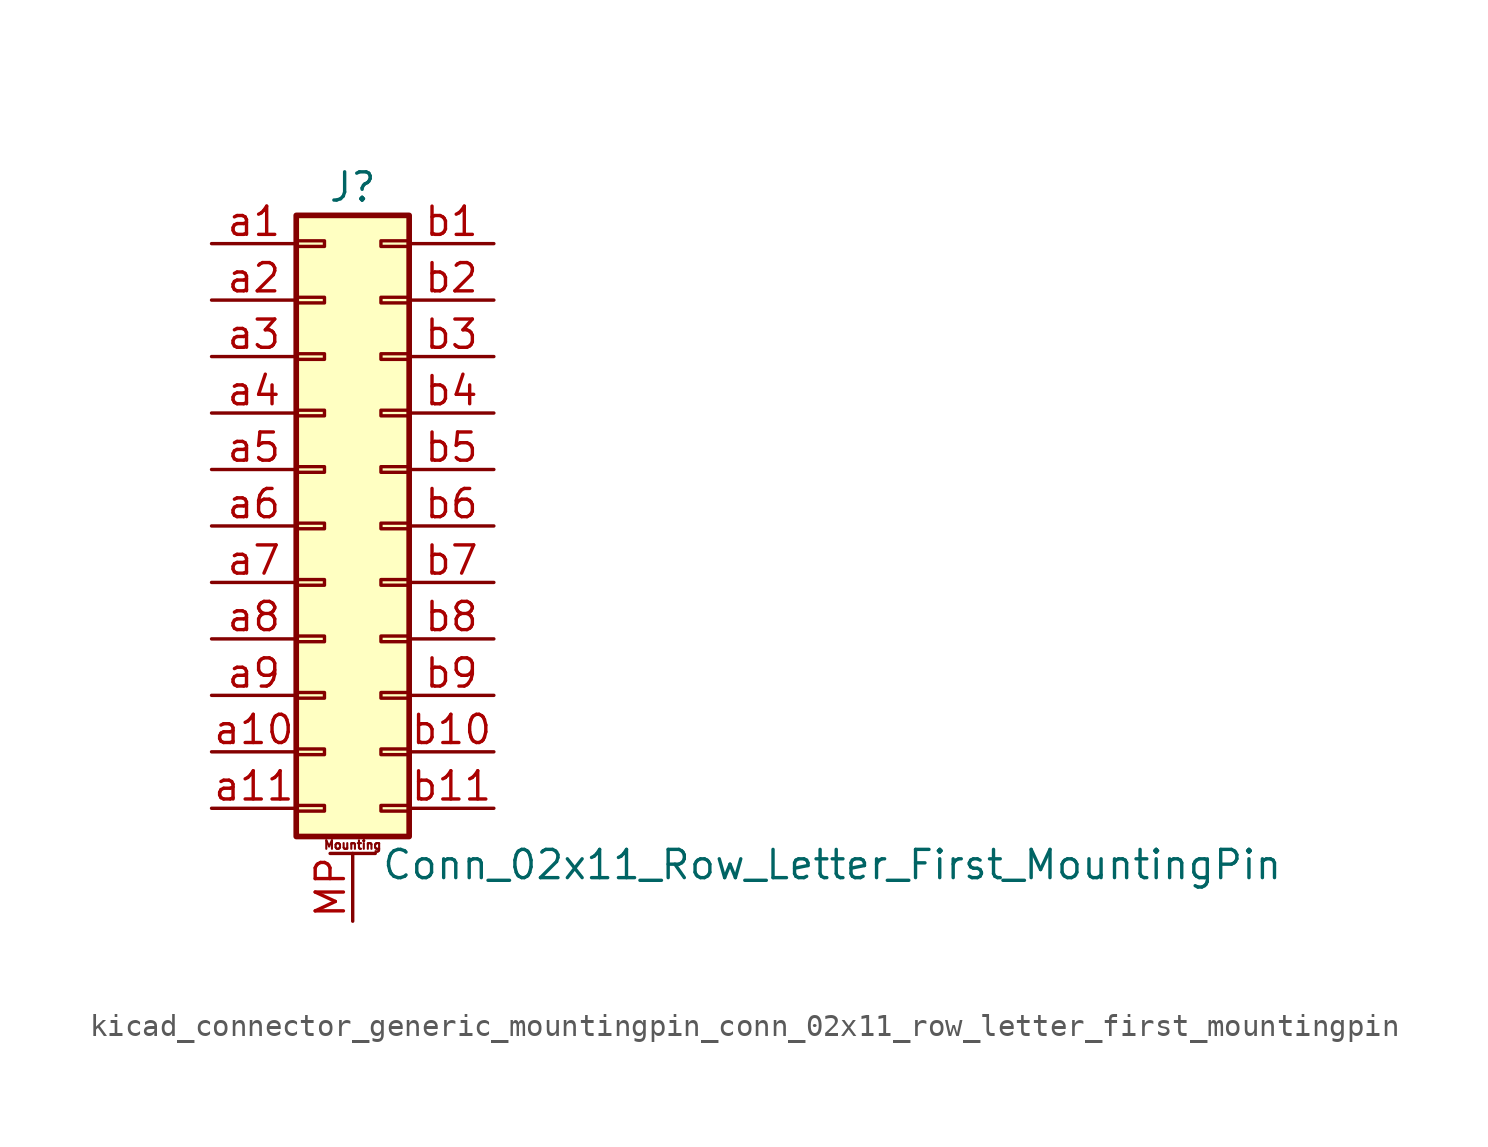
<source format=kicad_sym>
(kicad_symbol_lib
  (version 20220914)
  (generator kicad_symbol_editor)
  (symbol "kicad_connector_generic_mountingpin_conn_02x11_row_letter_first_mountingpin"
    (pin_names
      (offset 1.016) hide)
    (property "Reference" "J"
      (at 1.27 15.24 0)
      (effects (font (size 1.27 1.27))))
    (property "Value" "Conn_02x11_Row_Letter_First_MountingPin"
      (at 2.54 -15.24 0)
      (effects (font (size 1.27 1.27)) (justify left)))
    (symbol "kicad_connector_generic_mountingpin_conn_02x11_row_letter_first_mountingpin_1_1"
      (rectangle (start -1.27 -12.573) (end 0 -12.827) (stroke (width 0.152) (type default)) (fill (type none)))
      (rectangle (start -1.27 -10.033) (end 0 -10.287) (stroke (width 0.152) (type default)) (fill (type none)))
      (rectangle (start -1.27 -7.493) (end 0 -7.747) (stroke (width 0.152) (type default)) (fill (type none)))
      (rectangle (start -1.27 -4.953) (end 0 -5.207) (stroke (width 0.152) (type default)) (fill (type none)))
      (rectangle (start -1.27 -2.413) (end 0 -2.667) (stroke (width 0.152) (type default)) (fill (type none)))
      (rectangle (start -1.27 0.127) (end 0 -0.127) (stroke (width 0.152) (type default)) (fill (type none)))
      (rectangle (start -1.27 2.667) (end 0 2.413) (stroke (width 0.152) (type default)) (fill (type none)))
      (rectangle (start -1.27 5.207) (end 0 4.953) (stroke (width 0.152) (type default)) (fill (type none)))
      (rectangle (start -1.27 7.747) (end 0 7.493) (stroke (width 0.152) (type default)) (fill (type none)))
      (rectangle (start -1.27 10.287) (end 0 10.033) (stroke (width 0.152) (type default)) (fill (type none)))
      (rectangle (start -1.27 12.827) (end 0 12.573) (stroke (width 0.152) (type default)) (fill (type none)))
      (rectangle (start -1.27 13.97) (end 3.81 -13.97) (stroke (width 0.254) (type default)) (fill (type background)))
      (polyline (pts (xy 0.254 -14.732) (xy 2.286 -14.732)) (stroke (width 0.152) (type default)) (fill (type none)))
      (rectangle (start 3.81 -12.573) (end 2.54 -12.827) (stroke (width 0.152) (type default)) (fill (type none)))
      (rectangle (start 3.81 -10.033) (end 2.54 -10.287) (stroke (width 0.152) (type default)) (fill (type none)))
      (rectangle (start 3.81 -7.493) (end 2.54 -7.747) (stroke (width 0.152) (type default)) (fill (type none)))
      (rectangle (start 3.81 -4.953) (end 2.54 -5.207) (stroke (width 0.152) (type default)) (fill (type none)))
      (rectangle (start 3.81 -2.413) (end 2.54 -2.667) (stroke (width 0.152) (type default)) (fill (type none)))
      (rectangle (start 3.81 0.127) (end 2.54 -0.127) (stroke (width 0.152) (type default)) (fill (type none)))
      (rectangle (start 3.81 2.667) (end 2.54 2.413) (stroke (width 0.152) (type default)) (fill (type none)))
      (rectangle (start 3.81 5.207) (end 2.54 4.953) (stroke (width 0.152) (type default)) (fill (type none)))
      (rectangle (start 3.81 7.747) (end 2.54 7.493) (stroke (width 0.152) (type default)) (fill (type none)))
      (rectangle (start 3.81 10.287) (end 2.54 10.033) (stroke (width 0.152) (type default)) (fill (type none)))
      (rectangle (start 3.81 12.827) (end 2.54 12.573) (stroke (width 0.152) (type default)) (fill (type none)))
      (text "Mounting" (at 1.27 -14.351 0) (effects (font (size 0.381 0.381))))
      (pin passive line (at 1.27 -17.78 90) (length 3.048) (name "MountPin" (effects (font (size 1.27 1.27)))) (number "MP" (effects (font (size 1.27 1.27)))))
      (pin passive line (at -5.08 12.7 0) (length 3.81) (name "Pin_a1" (effects (font (size 1.27 1.27)))) (number "a1" (effects (font (size 1.27 1.27)))))
      (pin passive line (at -5.08 -10.16 0) (length 3.81) (name "Pin_a10" (effects (font (size 1.27 1.27)))) (number "a10" (effects (font (size 1.27 1.27)))))
      (pin passive line (at -5.08 -12.7 0) (length 3.81) (name "Pin_a11" (effects (font (size 1.27 1.27)))) (number "a11" (effects (font (size 1.27 1.27)))))
      (pin passive line (at -5.08 10.16 0) (length 3.81) (name "Pin_a2" (effects (font (size 1.27 1.27)))) (number "a2" (effects (font (size 1.27 1.27)))))
      (pin passive line (at -5.08 7.62 0) (length 3.81) (name "Pin_a3" (effects (font (size 1.27 1.27)))) (number "a3" (effects (font (size 1.27 1.27)))))
      (pin passive line (at -5.08 5.08 0) (length 3.81) (name "Pin_a4" (effects (font (size 1.27 1.27)))) (number "a4" (effects (font (size 1.27 1.27)))))
      (pin passive line (at -5.08 2.54 0) (length 3.81) (name "Pin_a5" (effects (font (size 1.27 1.27)))) (number "a5" (effects (font (size 1.27 1.27)))))
      (pin passive line (at -5.08 0 0) (length 3.81) (name "Pin_a6" (effects (font (size 1.27 1.27)))) (number "a6" (effects (font (size 1.27 1.27)))))
      (pin passive line (at -5.08 -2.54 0) (length 3.81) (name "Pin_a7" (effects (font (size 1.27 1.27)))) (number "a7" (effects (font (size 1.27 1.27)))))
      (pin passive line (at -5.08 -5.08 0) (length 3.81) (name "Pin_a8" (effects (font (size 1.27 1.27)))) (number "a8" (effects (font (size 1.27 1.27)))))
      (pin passive line (at -5.08 -7.62 0) (length 3.81) (name "Pin_a9" (effects (font (size 1.27 1.27)))) (number "a9" (effects (font (size 1.27 1.27)))))
      (pin passive line (at 7.62 12.7 180) (length 3.81) (name "Pin_b1" (effects (font (size 1.27 1.27)))) (number "b1" (effects (font (size 1.27 1.27)))))
      (pin passive line (at 7.62 -10.16 180) (length 3.81) (name "Pin_b10" (effects (font (size 1.27 1.27)))) (number "b10" (effects (font (size 1.27 1.27)))))
      (pin passive line (at 7.62 -12.7 180) (length 3.81) (name "Pin_b11" (effects (font (size 1.27 1.27)))) (number "b11" (effects (font (size 1.27 1.27)))))
      (pin passive line (at 7.62 10.16 180) (length 3.81) (name "Pin_b2" (effects (font (size 1.27 1.27)))) (number "b2" (effects (font (size 1.27 1.27)))))
      (pin passive line (at 7.62 7.62 180) (length 3.81) (name "Pin_b3" (effects (font (size 1.27 1.27)))) (number "b3" (effects (font (size 1.27 1.27)))))
      (pin passive line (at 7.62 5.08 180) (length 3.81) (name "Pin_b4" (effects (font (size 1.27 1.27)))) (number "b4" (effects (font (size 1.27 1.27)))))
      (pin passive line (at 7.62 2.54 180) (length 3.81) (name "Pin_b5" (effects (font (size 1.27 1.27)))) (number "b5" (effects (font (size 1.27 1.27)))))
      (pin passive line (at 7.62 0 180) (length 3.81) (name "Pin_b6" (effects (font (size 1.27 1.27)))) (number "b6" (effects (font (size 1.27 1.27)))))
      (pin passive line (at 7.62 -2.54 180) (length 3.81) (name "Pin_b7" (effects (font (size 1.27 1.27)))) (number "b7" (effects (font (size 1.27 1.27)))))
      (pin passive line (at 7.62 -5.08 180) (length 3.81) (name "Pin_b8" (effects (font (size 1.27 1.27)))) (number "b8" (effects (font (size 1.27 1.27)))))
      (pin passive line (at 7.62 -7.62 180) (length 3.81) (name "Pin_b9" (effects (font (size 1.27 1.27)))) (number "b9" (effects (font (size 1.27 1.27))))))))
</source>
